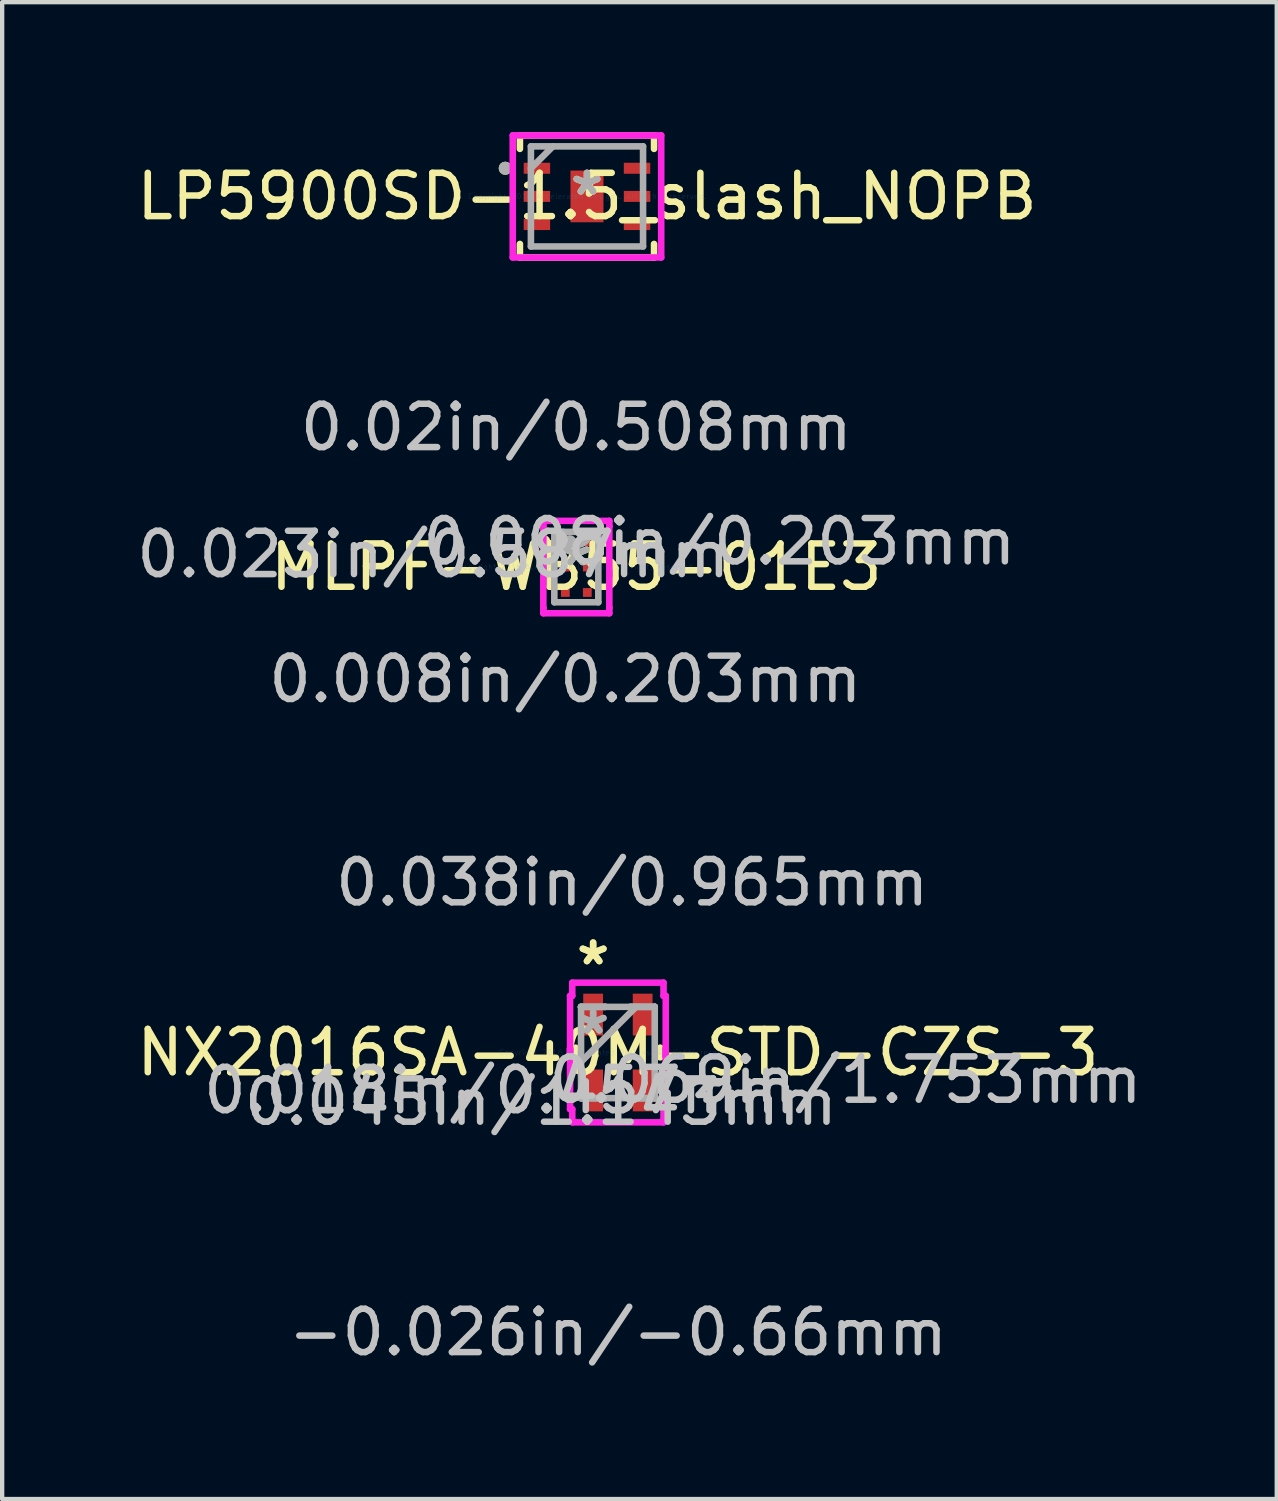
<source format=kicad_pcb>
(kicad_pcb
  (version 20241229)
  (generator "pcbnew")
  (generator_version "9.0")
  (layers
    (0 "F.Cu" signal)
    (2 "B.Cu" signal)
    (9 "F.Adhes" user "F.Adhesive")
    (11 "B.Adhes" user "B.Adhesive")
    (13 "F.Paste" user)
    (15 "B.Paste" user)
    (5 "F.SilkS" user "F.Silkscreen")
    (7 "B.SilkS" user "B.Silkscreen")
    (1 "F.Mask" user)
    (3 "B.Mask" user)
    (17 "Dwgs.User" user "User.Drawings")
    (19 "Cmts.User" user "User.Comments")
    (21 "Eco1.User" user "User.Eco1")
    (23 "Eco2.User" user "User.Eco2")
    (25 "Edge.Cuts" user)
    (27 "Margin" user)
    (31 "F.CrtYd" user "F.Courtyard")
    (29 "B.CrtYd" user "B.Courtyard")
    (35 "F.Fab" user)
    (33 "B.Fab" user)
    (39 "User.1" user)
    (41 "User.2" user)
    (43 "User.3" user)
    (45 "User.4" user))
  (footprint "MLPF-WB55-01E3"
    (layer "F.Cu")
    (at 10.26 10.046)
    (property "Reference" "MLPF-WB55-01E3" (at 0 0 0) (layer "F.SilkS") (effects (font (size 1 1) (thickness 0.15))))
    (attr through_hole)
    (fp_arc (start -0.7507 -0.6632) (mid -0.706909 -0.52464) (end -0.822375 -0.612868) (stroke (width 0.1524) (type solid)) (layer "F.SilkS"))
    (fp_line (start -0.762 -1.067) (end 0.762 -1.067) (stroke (width 0.152) (type solid)) (layer "F.CrtYd"))
    (fp_line (start -0.762 -0.943) (end -0.762 -1.067) (stroke (width 0.152) (type solid)) (layer "F.CrtYd"))
    (fp_line (start -0.762 -0.943) (end -0.762 -0.943) (stroke (width 0.152) (type solid)) (layer "F.CrtYd"))
    (fp_line (start -0.762 0.943) (end -0.762 -0.943) (stroke (width 0.152) (type solid)) (layer "F.CrtYd"))
    (fp_line (start -0.762 0.943) (end -0.762 0.943) (stroke (width 0.152) (type solid)) (layer "F.CrtYd"))
    (fp_line (start -0.762 1.067) (end -0.762 0.943) (stroke (width 0.152) (type solid)) (layer "F.CrtYd"))
    (fp_line (start 0.762 -1.067) (end 0.762 -0.943) (stroke (width 0.152) (type solid)) (layer "F.CrtYd"))
    (fp_line (start 0.762 -0.943) (end 0.762 -0.943) (stroke (width 0.152) (type solid)) (layer "F.CrtYd"))
    (fp_line (start 0.762 -0.943) (end 0.762 0.943) (stroke (width 0.152) (type solid)) (layer "F.CrtYd"))
    (fp_line (start 0.762 0.943) (end 0.762 0.943) (stroke (width 0.152) (type solid)) (layer "F.CrtYd"))
    (fp_line (start 0.762 0.943) (end 0.762 1.067) (stroke (width 0.152) (type solid)) (layer "F.CrtYd"))
    (fp_line (start 0.762 1.067) (end -0.762 1.067) (stroke (width 0.152) (type solid)) (layer "F.CrtYd"))
    (fp_line (start -0.508 -0.813) (end -0.508 0.813) (stroke (width 0.152) (type solid)) (layer "F.Fab"))
    (fp_line (start -0.508 0.813) (end 0.508 0.813) (stroke (width 0.152) (type solid)) (layer "F.Fab"))
    (fp_line (start 0.508 -0.813) (end -0.508 -0.813) (stroke (width 0.152) (type solid)) (layer "F.Fab"))
    (fp_line (start 0.508 0.813) (end 0.508 -0.813) (stroke (width 0.152) (type solid)) (layer "F.Fab"))
    (fp_arc (start 0.3048 -0.8128) (mid 0 -0.508) (end -0.3048 -0.8128) (stroke (width 0.1524) (type solid)) (layer "F.Fab"))
    (fp_circle (center -0.152 -0.587) (end -0.152 -0.587) (stroke (width 0.152) (type solid)) (fill no) (layer "F.Fab"))
    (fp_text user "*" (at 0 0 0) (layer "F.SilkS") (effects (font (size 1 1) (thickness 0.15))))
    (fp_text user "0.023in/0.587mm" (at -3.302 -0.293 0) (layer "Dwgs.User") (effects (font (size 1 1) (thickness 0.15))))
    (fp_text user "0.02in/0.508mm" (at 0 -3.226 0) (layer "Dwgs.User") (effects (font (size 1 1) (thickness 0.15))))
    (fp_text user "0.008in/0.203mm" (at 3.302 -0.587 0) (layer "Dwgs.User") (effects (font (size 1 1) (thickness 0.15))))
    (fp_text user "0.008in/0.203mm" (at -0.254 2.591 0) (layer "Dwgs.User") (effects (font (size 1 1) (thickness 0.15))))
    (fp_text user "Copyright 2016 Accelerated Designs. All rights reserved." (at 0 0 0) (layer "Cmts.User") (effects (font (size 0.127 0.127) (thickness 0.002))))
    (fp_text user "*" (at 0 0 0) (layer "F.Fab") (effects (font (size 1 1) (thickness 0.15))))
    (pad "1" smd rect (at -0.254 -0.587) (size 0.203 0.203) (layers "F.Cu" "F.Mask" "F.Paste"))
    (pad "2" smd rect (at -0.254 0) (size 0.203 0.203) (layers "F.Cu" "F.Mask" "F.Paste"))
    (pad "3" smd rect (at -0.254 0.587) (size 0.203 0.203) (layers "F.Cu" "F.Mask" "F.Paste"))
    (pad "4" smd rect (at 0.254 0.587) (size 0.203 0.203) (layers "F.Cu" "F.Mask" "F.Paste"))
    (pad "5" smd rect (at 0.254 0) (size 0.203 0.203) (layers "F.Cu" "F.Mask" "F.Paste"))
    (pad "6" smd rect (at 0.254 -0.587) (size 0.203 0.203) (layers "F.Cu" "F.Mask" "F.Paste")))
  (footprint "LP5900SD-1.5_slash_NOPB"
    (layer "F.Cu")
    (at 10.506 1.486)
    (property "Reference" "LP5900SD-1.5_slash_NOPB" (at 0 0 0) (layer "F.SilkS") (effects (font (size 1 1) (thickness 0.15))))
    (attr through_hole)
    (fp_line (start -1.549 -1.41) (end -1.549 -1.098) (stroke (width 0.152) (type solid)) (layer "F.SilkS"))
    (fp_line (start -1.549 1.098) (end -1.549 1.41) (stroke (width 0.152) (type solid)) (layer "F.SilkS"))
    (fp_line (start -1.549 1.41) (end 1.549 1.41) (stroke (width 0.152) (type solid)) (layer "F.SilkS"))
    (fp_line (start 1.549 -1.41) (end -1.549 -1.41) (stroke (width 0.152) (type solid)) (layer "F.SilkS"))
    (fp_line (start 1.549 -1.098) (end 1.549 -1.41) (stroke (width 0.152) (type solid)) (layer "F.SilkS"))
    (fp_line (start 1.549 1.41) (end 1.549 1.098) (stroke (width 0.152) (type solid)) (layer "F.SilkS"))
    (fp_circle (center -1.887 -0.65) (end -1.811 -0.65) (stroke (width 0.152) (type solid)) (fill no) (layer "F.SilkS"))
    (fp_line (start -1.664 -0.777) (end -1.664 -0.523) (stroke (width 0.152) (type solid)) (layer "F.Paste"))
    (fp_line (start -1.664 -0.523) (end -1.054 -0.523) (stroke (width 0.152) (type solid)) (layer "F.Paste"))
    (fp_line (start -1.664 -0.127) (end -1.664 0.127) (stroke (width 0.152) (type solid)) (layer "F.Paste"))
    (fp_line (start -1.664 0.127) (end -1.054 0.127) (stroke (width 0.152) (type solid)) (layer "F.Paste"))
    (fp_line (start -1.664 0.523) (end -1.664 0.777) (stroke (width 0.152) (type solid)) (layer "F.Paste"))
    (fp_line (start -1.664 0.777) (end -1.054 0.777) (stroke (width 0.152) (type solid)) (layer "F.Paste"))
    (fp_line (start -1.054 -0.777) (end -1.664 -0.777) (stroke (width 0.152) (type solid)) (layer "F.Paste"))
    (fp_line (start -1.054 -0.523) (end -1.054 -0.777) (stroke (width 0.152) (type solid)) (layer "F.Paste"))
    (fp_line (start -1.054 -0.127) (end -1.664 -0.127) (stroke (width 0.152) (type solid)) (layer "F.Paste"))
    (fp_line (start -1.054 0.127) (end -1.054 -0.127) (stroke (width 0.152) (type solid)) (layer "F.Paste"))
    (fp_line (start -1.054 0.523) (end -1.664 0.523) (stroke (width 0.152) (type solid)) (layer "F.Paste"))
    (fp_line (start -1.054 0.777) (end -1.054 0.523) (stroke (width 0.152) (type solid)) (layer "F.Paste"))
    (fp_line (start -0.356 -0.572) (end -0.356 0.572) (stroke (width 0.152) (type solid)) (layer "F.Paste"))
    (fp_line (start -0.356 0.572) (end 0.356 0.572) (stroke (width 0.152) (type solid)) (layer "F.Paste"))
    (fp_line (start 0.356 -0.572) (end -0.356 -0.572) (stroke (width 0.152) (type solid)) (layer "F.Paste"))
    (fp_line (start 0.356 0.572) (end 0.356 -0.572) (stroke (width 0.152) (type solid)) (layer "F.Paste"))
    (fp_line (start 1.054 -0.777) (end 1.054 -0.523) (stroke (width 0.152) (type solid)) (layer "F.Paste"))
    (fp_line (start 1.054 -0.523) (end 1.664 -0.523) (stroke (width 0.152) (type solid)) (layer "F.Paste"))
    (fp_line (start 1.054 -0.127) (end 1.054 0.127) (stroke (width 0.152) (type solid)) (layer "F.Paste"))
    (fp_line (start 1.054 0.127) (end 1.664 0.127) (stroke (width 0.152) (type solid)) (layer "F.Paste"))
    (fp_line (start 1.054 0.523) (end 1.054 0.777) (stroke (width 0.152) (type solid)) (layer "F.Paste"))
    (fp_line (start 1.054 0.777) (end 1.664 0.777) (stroke (width 0.152) (type solid)) (layer "F.Paste"))
    (fp_line (start 1.664 -0.777) (end 1.054 -0.777) (stroke (width 0.152) (type solid)) (layer "F.Paste"))
    (fp_line (start 1.664 -0.523) (end 1.664 -0.777) (stroke (width 0.152) (type solid)) (layer "F.Paste"))
    (fp_line (start 1.664 -0.127) (end 1.054 -0.127) (stroke (width 0.152) (type solid)) (layer "F.Paste"))
    (fp_line (start 1.664 0.127) (end 1.664 -0.127) (stroke (width 0.152) (type solid)) (layer "F.Paste"))
    (fp_line (start 1.664 0.523) (end 1.054 0.523) (stroke (width 0.152) (type solid)) (layer "F.Paste"))
    (fp_line (start 1.664 0.777) (end 1.664 0.523) (stroke (width 0.152) (type solid)) (layer "F.Paste"))
    (fp_line (start -1.714 -1.41) (end 1.714 -1.41) (stroke (width 0.152) (type solid)) (layer "F.CrtYd"))
    (fp_line (start -1.714 1.41) (end -1.714 -1.41) (stroke (width 0.152) (type solid)) (layer "F.CrtYd"))
    (fp_line (start 1.714 -1.41) (end 1.714 1.41) (stroke (width 0.152) (type solid)) (layer "F.CrtYd"))
    (fp_line (start 1.714 1.41) (end -1.714 1.41) (stroke (width 0.152) (type solid)) (layer "F.CrtYd"))
    (fp_line (start -1.295 -1.156) (end -1.295 1.156) (stroke (width 0.152) (type solid)) (layer "F.Fab"))
    (fp_line (start -1.295 1.156) (end 1.295 1.156) (stroke (width 0.152) (type solid)) (layer "F.Fab"))
    (fp_line (start -0.787 -1.156) (end -1.295 -0.648) (stroke (width 0.152) (type solid)) (layer "F.Fab"))
    (fp_line (start 1.295 -1.156) (end -1.295 -1.156) (stroke (width 0.152) (type solid)) (layer "F.Fab"))
    (fp_line (start 1.295 1.156) (end 1.295 -1.156) (stroke (width 0.152) (type solid)) (layer "F.Fab"))
    (fp_circle (center -1.887 -0.65) (end -1.811 -0.65) (stroke (width 0.152) (type solid)) (fill no) (layer "F.Fab"))
    (fp_text user "*" (at 0 0 0) (layer "F.SilkS") (effects (font (size 1 1) (thickness 0.15))))
    (fp_text user "Copyright 2016 Accelerated Designs. All rights reserved." (at 0 0 0) (layer "Cmts.User") (effects (font (size 0.127 0.127) (thickness 0.002))))
    (fp_text user "*" (at 0 0 0) (layer "F.Fab") (effects (font (size 1 1) (thickness 0.15))))
    (pad "1" smd rect (at -1.156 -0.65) (size 0.61 0.254) (layers "F.Cu" "F.Mask" "F.Paste"))
    (pad "2" smd rect (at -1.156 0) (size 0.61 0.254) (layers "F.Cu" "F.Mask" "F.Paste"))
    (pad "3" smd rect (at -1.156 0.65) (size 0.61 0.254) (layers "F.Cu" "F.Mask" "F.Paste"))
    (pad "4" smd rect (at 1.156 0.65) (size 0.61 0.254) (layers "F.Cu" "F.Mask" "F.Paste"))
    (pad "5" smd rect (at 1.156 0) (size 0.61 0.254) (layers "F.Cu" "F.Mask" "F.Paste"))
    (pad "6" smd rect (at 1.156 -0.65) (size 0.61 0.254) (layers "F.Cu" "F.Mask" "F.Paste"))
    (pad "7" smd rect (at 0 0) (size 0.762 1.194) (layers "F.Cu" "F.Mask" "F.Paste")))
  (footprint "NX2016SA-40M-STD-CZS-3"
    (layer "F.Cu")
    (at 11.22 21.257)
    (property "Reference" "NX2016SA-40M-STD-CZS-3" (at 0 0 0) (layer "F.SilkS") (effects (font (size 1 1) (thickness 0.15))))
    (attr through_hole)
    (fp_line (start -0.978 -0.112) (end -0.978 0.112) (stroke (width 0.152) (type solid)) (layer "F.SilkS"))
    (fp_line (start 0.978 0.112) (end 0.978 -0.112) (stroke (width 0.152) (type solid)) (layer "F.SilkS"))
    (fp_line (start -1.105 -1.308) (end -1.054 -1.308) (stroke (width 0.152) (type solid)) (layer "F.CrtYd"))
    (fp_line (start -1.105 -0.089) (end -1.105 -0.089) (stroke (width 0.152) (type solid)) (layer "F.CrtYd"))
    (fp_line (start -1.105 -0.089) (end -1.105 0.089) (stroke (width 0.152) (type solid)) (layer "F.CrtYd"))
    (fp_line (start -1.105 0.089) (end -1.105 -1.308) (stroke (width 0.152) (type solid)) (layer "F.CrtYd"))
    (fp_line (start -1.105 0.089) (end -1.105 0.089) (stroke (width 0.152) (type solid)) (layer "F.CrtYd"))
    (fp_line (start -1.105 1.308) (end -1.105 -0.089) (stroke (width 0.152) (type solid)) (layer "F.CrtYd"))
    (fp_line (start -1.054 -1.613) (end 1.054 -1.613) (stroke (width 0.152) (type solid)) (layer "F.CrtYd"))
    (fp_line (start -1.054 -1.308) (end -1.054 -1.613) (stroke (width 0.152) (type solid)) (layer "F.CrtYd"))
    (fp_line (start -1.054 1.308) (end -1.105 1.308) (stroke (width 0.152) (type solid)) (layer "F.CrtYd"))
    (fp_line (start -1.054 1.613) (end -1.054 1.308) (stroke (width 0.152) (type solid)) (layer "F.CrtYd"))
    (fp_line (start 1.054 -1.613) (end 1.054 -1.308) (stroke (width 0.152) (type solid)) (layer "F.CrtYd"))
    (fp_line (start 1.054 -1.308) (end 1.105 -1.308) (stroke (width 0.152) (type solid)) (layer "F.CrtYd"))
    (fp_line (start 1.054 1.308) (end 1.054 1.613) (stroke (width 0.152) (type solid)) (layer "F.CrtYd"))
    (fp_line (start 1.054 1.613) (end -1.054 1.613) (stroke (width 0.152) (type solid)) (layer "F.CrtYd"))
    (fp_line (start 1.105 -1.308) (end 1.105 0.089) (stroke (width 0.152) (type solid)) (layer "F.CrtYd"))
    (fp_line (start 1.105 -0.089) (end 1.105 -0.089) (stroke (width 0.152) (type solid)) (layer "F.CrtYd"))
    (fp_line (start 1.105 -0.089) (end 1.105 1.308) (stroke (width 0.152) (type solid)) (layer "F.CrtYd"))
    (fp_line (start 1.105 0.089) (end 1.105 -0.089) (stroke (width 0.152) (type solid)) (layer "F.CrtYd"))
    (fp_line (start 1.105 0.089) (end 1.105 0.089) (stroke (width 0.152) (type solid)) (layer "F.CrtYd"))
    (fp_line (start 1.105 1.308) (end 1.054 1.308) (stroke (width 0.152) (type solid)) (layer "F.CrtYd"))
    (fp_line (start -0.851 -1.054) (end -0.851 -1.054) (stroke (width 0.152) (type solid)) (layer "F.Fab"))
    (fp_line (start -0.851 -1.054) (end -0.851 -1.054) (stroke (width 0.152) (type solid)) (layer "F.Fab"))
    (fp_line (start -0.851 -1.054) (end -0.851 1.054) (stroke (width 0.152) (type solid)) (layer "F.Fab"))
    (fp_line (start -0.851 -1.054) (end -0.292 -1.054) (stroke (width 0.152) (type solid)) (layer "F.Fab"))
    (fp_line (start -0.851 0.216) (end 0.419 -1.054) (stroke (width 0.152) (type solid)) (layer "F.Fab"))
    (fp_line (start -0.851 1.054) (end -0.851 1.054) (stroke (width 0.152) (type solid)) (layer "F.Fab"))
    (fp_line (start -0.851 1.054) (end -0.851 1.054) (stroke (width 0.152) (type solid)) (layer "F.Fab"))
    (fp_line (start -0.851 1.054) (end -0.292 1.054) (stroke (width 0.152) (type solid)) (layer "F.Fab"))
    (fp_line (start -0.851 1.054) (end 0.851 1.054) (stroke (width 0.152) (type solid)) (layer "F.Fab"))
    (fp_line (start -0.292 -1.054) (end -0.851 -1.054) (stroke (width 0.152) (type solid)) (layer "F.Fab"))
    (fp_line (start -0.292 -1.054) (end -0.292 -1.054) (stroke (width 0.152) (type solid)) (layer "F.Fab"))
    (fp_line (start -0.292 1.054) (end -0.851 1.054) (stroke (width 0.152) (type solid)) (layer "F.Fab"))
    (fp_line (start -0.292 1.054) (end -0.292 1.054) (stroke (width 0.152) (type solid)) (layer "F.Fab"))
    (fp_line (start 0.292 -1.054) (end 0.292 -1.054) (stroke (width 0.152) (type solid)) (layer "F.Fab"))
    (fp_line (start 0.292 -1.054) (end 0.851 -1.054) (stroke (width 0.152) (type solid)) (layer "F.Fab"))
    (fp_line (start 0.292 1.054) (end 0.292 1.054) (stroke (width 0.152) (type solid)) (layer "F.Fab"))
    (fp_line (start 0.292 1.054) (end 0.851 1.054) (stroke (width 0.152) (type solid)) (layer "F.Fab"))
    (fp_line (start 0.851 -1.054) (end -0.851 -1.054) (stroke (width 0.152) (type solid)) (layer "F.Fab"))
    (fp_line (start 0.851 -1.054) (end 0.292 -1.054) (stroke (width 0.152) (type solid)) (layer "F.Fab"))
    (fp_line (start 0.851 -1.054) (end 0.851 -1.054) (stroke (width 0.152) (type solid)) (layer "F.Fab"))
    (fp_line (start 0.851 -1.054) (end 0.851 -1.054) (stroke (width 0.152) (type solid)) (layer "F.Fab"))
    (fp_line (start 0.851 1.054) (end 0.292 1.054) (stroke (width 0.152) (type solid)) (layer "F.Fab"))
    (fp_line (start 0.851 1.054) (end 0.851 -1.054) (stroke (width 0.152) (type solid)) (layer "F.Fab"))
    (fp_line (start 0.851 1.054) (end 0.851 1.054) (stroke (width 0.152) (type solid)) (layer "F.Fab"))
    (fp_line (start 0.851 1.054) (end 0.851 1.054) (stroke (width 0.152) (type solid)) (layer "F.Fab"))
    (fp_text user "*" (at -0.572 -1.994 0) (layer "F.SilkS") (effects (font (size 1 1) (thickness 0.15))))
    (fp_text user "*" (at -0.572 -1.994 0) (layer "F.SilkS") (effects (font (size 1 1) (thickness 0.15))))
    (fp_text user "0.069in/1.753mm" (at 5.258 0.635 0) (layer "Dwgs.User") (effects (font (size 1 1) (thickness 0.15))))
    (fp_text user "0.018in/0.457mm" (at -2.718 0.876 0) (layer "Dwgs.User") (effects (font (size 1 1) (thickness 0.15))))
    (fp_text user "0.045in/1.143mm" (at -1.778 1.143 0) (layer "Dwgs.User") (effects (font (size 1 1) (thickness 0.15))))
    (fp_text user "0.038in/0.965mm" (at 0.33 -3.924 0) (layer "Dwgs.User") (effects (font (size 1 1) (thickness 0.15))))
    (fp_text user "-0.026in/-0.66mm" (at 0 6.464 0) (layer "Dwgs.User") (effects (font (size 1 1) (thickness 0.15))))
    (fp_text user "Copyright 2016 Accelerated Designs. All rights reserved." (at 0 0 0) (layer "Cmts.User") (effects (font (size 0.127 0.127) (thickness 0.002))))
    (fp_text user "*" (at -0.572 -0.394 0) (layer "F.Fab") (effects (font (size 1 1) (thickness 0.15))))
    (fp_text user "*" (at -0.572 -0.394 0) (layer "F.Fab") (effects (font (size 1 1) (thickness 0.15))))
    (pad "1" smd rect (at -0.572 -0.876) (size 0.457 0.965) (layers "F.Cu" "F.Mask" "F.Paste"))
    (pad "2" smd rect (at -0.572 0.876) (size 0.457 0.965) (layers "F.Cu" "F.Mask" "F.Paste"))
    (pad "3" smd rect (at 0.572 0.876) (size 0.457 0.965) (layers "F.Cu" "F.Mask" "F.Paste"))
    (pad "4" smd rect (at 0.572 -0.876) (size 0.457 0.965) (layers "F.Cu" "F.Mask" "F.Paste")))
  (gr_rect
    (start -3 -3)
    (end 26.436 31.57)
    (stroke (width 0.1) (type default))
    (fill no)
    (layer "Edge.Cuts")))
</source>
